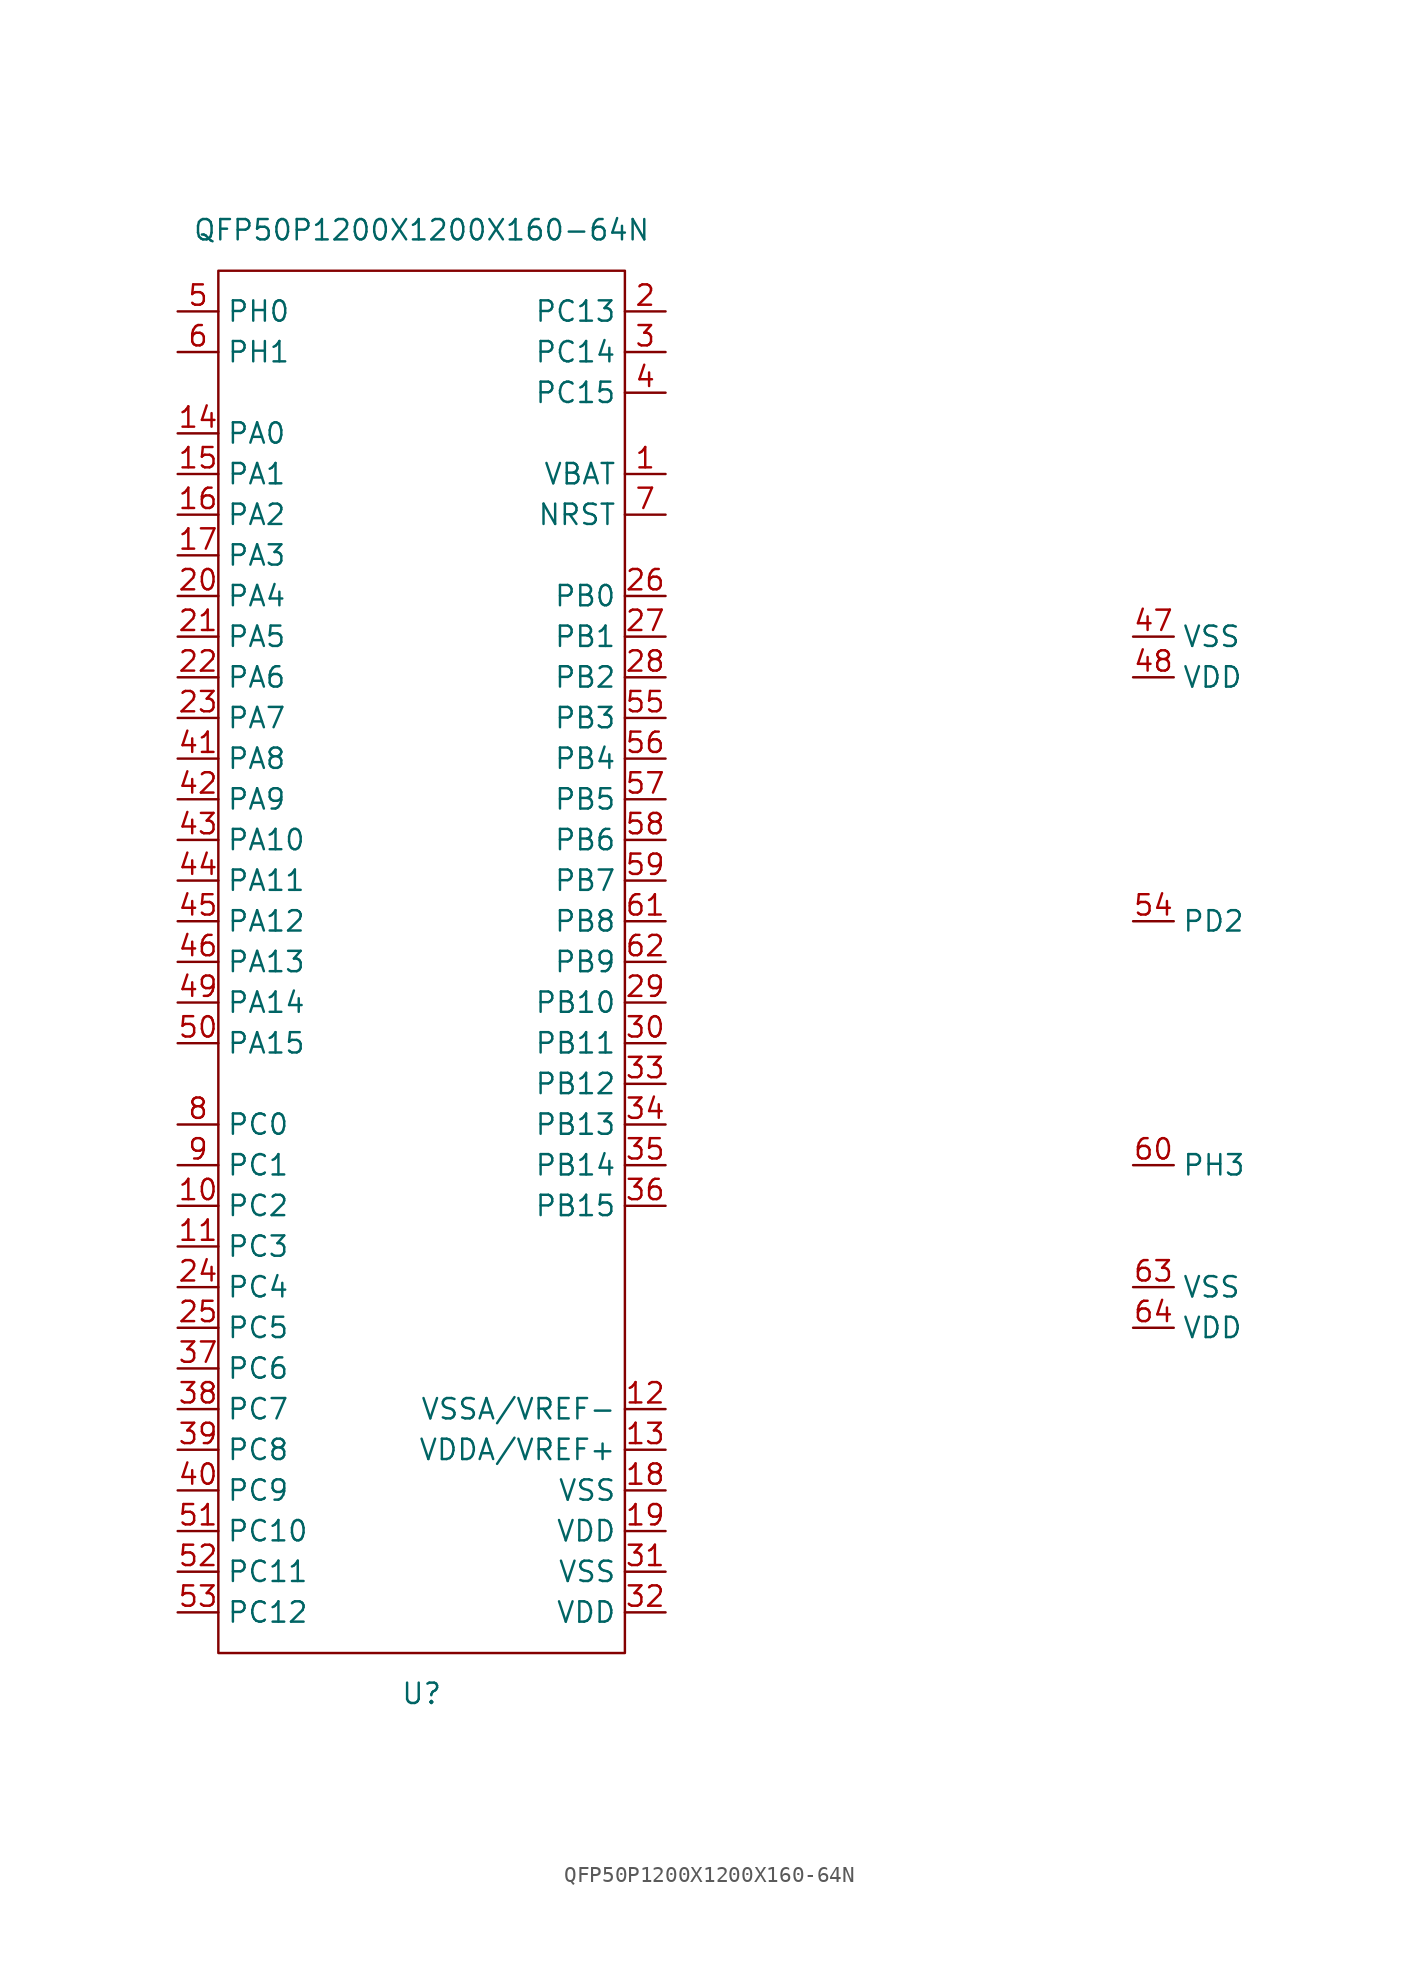
<source format=kicad_sym>
(kicad_symbol_lib
  (version 20211014)
  (generator kicad_symbol_editor)
  (symbol "QFP50P1200X1200X160-64N"
    (property "Reference" "U"
      (at -1.27 -46.99 0)
      (effects (font (size 1.27 1.27))))
    (property "Value" "QFP50P1200X1200X160-64N"
      (at -1.27 44.45 0)
      (effects (font (size 1.27 1.27))))
    (symbol "QFP50P1200X1200X160-64N_0_0"
      (pin unspecified line (at 13.97 29.21 180) (length 2.54) (name "VBAT" (effects (font (size 1.27 1.27)))) (number "1" (effects (font (size 1.27 1.27)))))
      (pin unspecified line (at -16.51 -16.51 0) (length 2.54) (name "PC2" (effects (font (size 1.27 1.27)))) (number "10" (effects (font (size 1.27 1.27)))))
      (pin unspecified line (at -16.51 -19.05 0) (length 2.54) (name "PC3" (effects (font (size 1.27 1.27)))) (number "11" (effects (font (size 1.27 1.27)))))
      (pin unspecified line (at 13.97 -29.21 180) (length 2.54) (name "VSSA/VREF-" (effects (font (size 1.27 1.27)))) (number "12" (effects (font (size 1.27 1.27)))))
      (pin unspecified line (at 13.97 -31.75 180) (length 2.54) (name "VDDA/VREF+" (effects (font (size 1.27 1.27)))) (number "13" (effects (font (size 1.27 1.27)))))
      (pin unspecified line (at -16.51 31.75 0) (length 2.54) (name "PA0" (effects (font (size 1.27 1.27)))) (number "14" (effects (font (size 1.27 1.27)))))
      (pin unspecified line (at -16.51 29.21 0) (length 2.54) (name "PA1" (effects (font (size 1.27 1.27)))) (number "15" (effects (font (size 1.27 1.27)))))
      (pin unspecified line (at -16.51 26.67 0) (length 2.54) (name "PA2" (effects (font (size 1.27 1.27)))) (number "16" (effects (font (size 1.27 1.27)))))
      (pin unspecified line (at -16.51 24.13 0) (length 2.54) (name "PA3" (effects (font (size 1.27 1.27)))) (number "17" (effects (font (size 1.27 1.27)))))
      (pin unspecified line (at 13.97 -34.29 180) (length 2.54) (name "VSS" (effects (font (size 1.27 1.27)))) (number "18" (effects (font (size 1.27 1.27)))))
      (pin unspecified line (at 13.97 -36.83 180) (length 2.54) (name "VDD" (effects (font (size 1.27 1.27)))) (number "19" (effects (font (size 1.27 1.27)))))
      (pin unspecified line (at 13.97 39.37 180) (length 2.54) (name "PC13" (effects (font (size 1.27 1.27)))) (number "2" (effects (font (size 1.27 1.27)))))
      (pin unspecified line (at -16.51 21.59 0) (length 2.54) (name "PA4" (effects (font (size 1.27 1.27)))) (number "20" (effects (font (size 1.27 1.27)))))
      (pin unspecified line (at -16.51 19.05 0) (length 2.54) (name "PA5" (effects (font (size 1.27 1.27)))) (number "21" (effects (font (size 1.27 1.27)))))
      (pin unspecified line (at -16.51 16.51 0) (length 2.54) (name "PA6" (effects (font (size 1.27 1.27)))) (number "22" (effects (font (size 1.27 1.27)))))
      (pin unspecified line (at -16.51 13.97 0) (length 2.54) (name "PA7" (effects (font (size 1.27 1.27)))) (number "23" (effects (font (size 1.27 1.27)))))
      (pin unspecified line (at -16.51 -21.59 0) (length 2.54) (name "PC4" (effects (font (size 1.27 1.27)))) (number "24" (effects (font (size 1.27 1.27)))))
      (pin unspecified line (at -16.51 -24.13 0) (length 2.54) (name "PC5" (effects (font (size 1.27 1.27)))) (number "25" (effects (font (size 1.27 1.27)))))
      (pin unspecified line (at 13.97 21.59 180) (length 2.54) (name "PB0" (effects (font (size 1.27 1.27)))) (number "26" (effects (font (size 1.27 1.27)))))
      (pin unspecified line (at 13.97 19.05 180) (length 2.54) (name "PB1" (effects (font (size 1.27 1.27)))) (number "27" (effects (font (size 1.27 1.27)))))
      (pin unspecified line (at 13.97 16.51 180) (length 2.54) (name "PB2" (effects (font (size 1.27 1.27)))) (number "28" (effects (font (size 1.27 1.27)))))
      (pin unspecified line (at 13.97 -3.81 180) (length 2.54) (name "PB10" (effects (font (size 1.27 1.27)))) (number "29" (effects (font (size 1.27 1.27)))))
      (pin unspecified line (at 13.97 36.83 180) (length 2.54) (name "PC14" (effects (font (size 1.27 1.27)))) (number "3" (effects (font (size 1.27 1.27)))))
      (pin unspecified line (at 13.97 -6.35 180) (length 2.54) (name "PB11" (effects (font (size 1.27 1.27)))) (number "30" (effects (font (size 1.27 1.27)))))
      (pin unspecified line (at 13.97 -39.37 180) (length 2.54) (name "VSS" (effects (font (size 1.27 1.27)))) (number "31" (effects (font (size 1.27 1.27)))))
      (pin unspecified line (at 13.97 -41.91 180) (length 2.54) (name "VDD" (effects (font (size 1.27 1.27)))) (number "32" (effects (font (size 1.27 1.27)))))
      (pin unspecified line (at 13.97 -8.89 180) (length 2.54) (name "PB12" (effects (font (size 1.27 1.27)))) (number "33" (effects (font (size 1.27 1.27)))))
      (pin unspecified line (at 13.97 -11.43 180) (length 2.54) (name "PB13" (effects (font (size 1.27 1.27)))) (number "34" (effects (font (size 1.27 1.27)))))
      (pin unspecified line (at 13.97 -13.97 180) (length 2.54) (name "PB14" (effects (font (size 1.27 1.27)))) (number "35" (effects (font (size 1.27 1.27)))))
      (pin unspecified line (at 13.97 -16.51 180) (length 2.54) (name "PB15" (effects (font (size 1.27 1.27)))) (number "36" (effects (font (size 1.27 1.27)))))
      (pin unspecified line (at -16.51 -26.67 0) (length 2.54) (name "PC6" (effects (font (size 1.27 1.27)))) (number "37" (effects (font (size 1.27 1.27)))))
      (pin unspecified line (at -16.51 -29.21 0) (length 2.54) (name "PC7" (effects (font (size 1.27 1.27)))) (number "38" (effects (font (size 1.27 1.27)))))
      (pin unspecified line (at -16.51 -31.75 0) (length 2.54) (name "PC8" (effects (font (size 1.27 1.27)))) (number "39" (effects (font (size 1.27 1.27)))))
      (pin unspecified line (at 13.97 34.29 180) (length 2.54) (name "PC15" (effects (font (size 1.27 1.27)))) (number "4" (effects (font (size 1.27 1.27)))))
      (pin unspecified line (at -16.51 -34.29 0) (length 2.54) (name "PC9" (effects (font (size 1.27 1.27)))) (number "40" (effects (font (size 1.27 1.27)))))
      (pin unspecified line (at -16.51 11.43 0) (length 2.54) (name "PA8" (effects (font (size 1.27 1.27)))) (number "41" (effects (font (size 1.27 1.27)))))
      (pin unspecified line (at -16.51 8.89 0) (length 2.54) (name "PA9" (effects (font (size 1.27 1.27)))) (number "42" (effects (font (size 1.27 1.27)))))
      (pin unspecified line (at -16.51 6.35 0) (length 2.54) (name "PA10" (effects (font (size 1.27 1.27)))) (number "43" (effects (font (size 1.27 1.27)))))
      (pin unspecified line (at -16.51 3.81 0) (length 2.54) (name "PA11" (effects (font (size 1.27 1.27)))) (number "44" (effects (font (size 1.27 1.27)))))
      (pin unspecified line (at -16.51 1.27 0) (length 2.54) (name "PA12" (effects (font (size 1.27 1.27)))) (number "45" (effects (font (size 1.27 1.27)))))
      (pin unspecified line (at -16.51 -1.27 0) (length 2.54) (name "PA13" (effects (font (size 1.27 1.27)))) (number "46" (effects (font (size 1.27 1.27)))))
      (pin unspecified line (at 43.18 19.05 0) (length 2.54) (name "VSS" (effects (font (size 1.27 1.27)))) (number "47" (effects (font (size 1.27 1.27)))))
      (pin unspecified line (at 43.18 16.51 0) (length 2.54) (name "VDD" (effects (font (size 1.27 1.27)))) (number "48" (effects (font (size 1.27 1.27)))))
      (pin unspecified line (at -16.51 -3.81 0) (length 2.54) (name "PA14" (effects (font (size 1.27 1.27)))) (number "49" (effects (font (size 1.27 1.27)))))
      (pin unspecified line (at -16.51 39.37 0) (length 2.54) (name "PH0" (effects (font (size 1.27 1.27)))) (number "5" (effects (font (size 1.27 1.27)))))
      (pin unspecified line (at -16.51 -6.35 0) (length 2.54) (name "PA15" (effects (font (size 1.27 1.27)))) (number "50" (effects (font (size 1.27 1.27)))))
      (pin unspecified line (at -16.51 -36.83 0) (length 2.54) (name "PC10" (effects (font (size 1.27 1.27)))) (number "51" (effects (font (size 1.27 1.27)))))
      (pin unspecified line (at -16.51 -39.37 0) (length 2.54) (name "PC11" (effects (font (size 1.27 1.27)))) (number "52" (effects (font (size 1.27 1.27)))))
      (pin unspecified line (at -16.51 -41.91 0) (length 2.54) (name "PC12" (effects (font (size 1.27 1.27)))) (number "53" (effects (font (size 1.27 1.27)))))
      (pin unspecified line (at 43.18 1.27 0) (length 2.54) (name "PD2" (effects (font (size 1.27 1.27)))) (number "54" (effects (font (size 1.27 1.27)))))
      (pin unspecified line (at 13.97 13.97 180) (length 2.54) (name "PB3" (effects (font (size 1.27 1.27)))) (number "55" (effects (font (size 1.27 1.27)))))
      (pin unspecified line (at 13.97 11.43 180) (length 2.54) (name "PB4" (effects (font (size 1.27 1.27)))) (number "56" (effects (font (size 1.27 1.27)))))
      (pin unspecified line (at 13.97 8.89 180) (length 2.54) (name "PB5" (effects (font (size 1.27 1.27)))) (number "57" (effects (font (size 1.27 1.27)))))
      (pin unspecified line (at 13.97 6.35 180) (length 2.54) (name "PB6" (effects (font (size 1.27 1.27)))) (number "58" (effects (font (size 1.27 1.27)))))
      (pin unspecified line (at 13.97 3.81 180) (length 2.54) (name "PB7" (effects (font (size 1.27 1.27)))) (number "59" (effects (font (size 1.27 1.27)))))
      (pin unspecified line (at -16.51 36.83 0) (length 2.54) (name "PH1" (effects (font (size 1.27 1.27)))) (number "6" (effects (font (size 1.27 1.27)))))
      (pin unspecified line (at 43.18 -13.97 0) (length 2.54) (name "PH3" (effects (font (size 1.27 1.27)))) (number "60" (effects (font (size 1.27 1.27)))))
      (pin unspecified line (at 13.97 1.27 180) (length 2.54) (name "PB8" (effects (font (size 1.27 1.27)))) (number "61" (effects (font (size 1.27 1.27)))))
      (pin unspecified line (at 13.97 -1.27 180) (length 2.54) (name "PB9" (effects (font (size 1.27 1.27)))) (number "62" (effects (font (size 1.27 1.27)))))
      (pin unspecified line (at 43.18 -21.59 0) (length 2.54) (name "VSS" (effects (font (size 1.27 1.27)))) (number "63" (effects (font (size 1.27 1.27)))))
      (pin unspecified line (at 43.18 -24.13 0) (length 2.54) (name "VDD" (effects (font (size 1.27 1.27)))) (number "64" (effects (font (size 1.27 1.27)))))
      (pin unspecified line (at 13.97 26.67 180) (length 2.54) (name "NRST" (effects (font (size 1.27 1.27)))) (number "7" (effects (font (size 1.27 1.27)))))
      (pin unspecified line (at -16.51 -11.43 0) (length 2.54) (name "PC0" (effects (font (size 1.27 1.27)))) (number "8" (effects (font (size 1.27 1.27)))))
      (pin unspecified line (at -16.51 -13.97 0) (length 2.54) (name "PC1" (effects (font (size 1.27 1.27)))) (number "9" (effects (font (size 1.27 1.27))))))
    (symbol "QFP50P1200X1200X160-64N_0_1"
      (rectangle (start -13.97 41.91) (end 11.43 -44.45) (stroke (width 0) (type default) (color 0 0 0 0)) (fill (type none))))))
</source>
